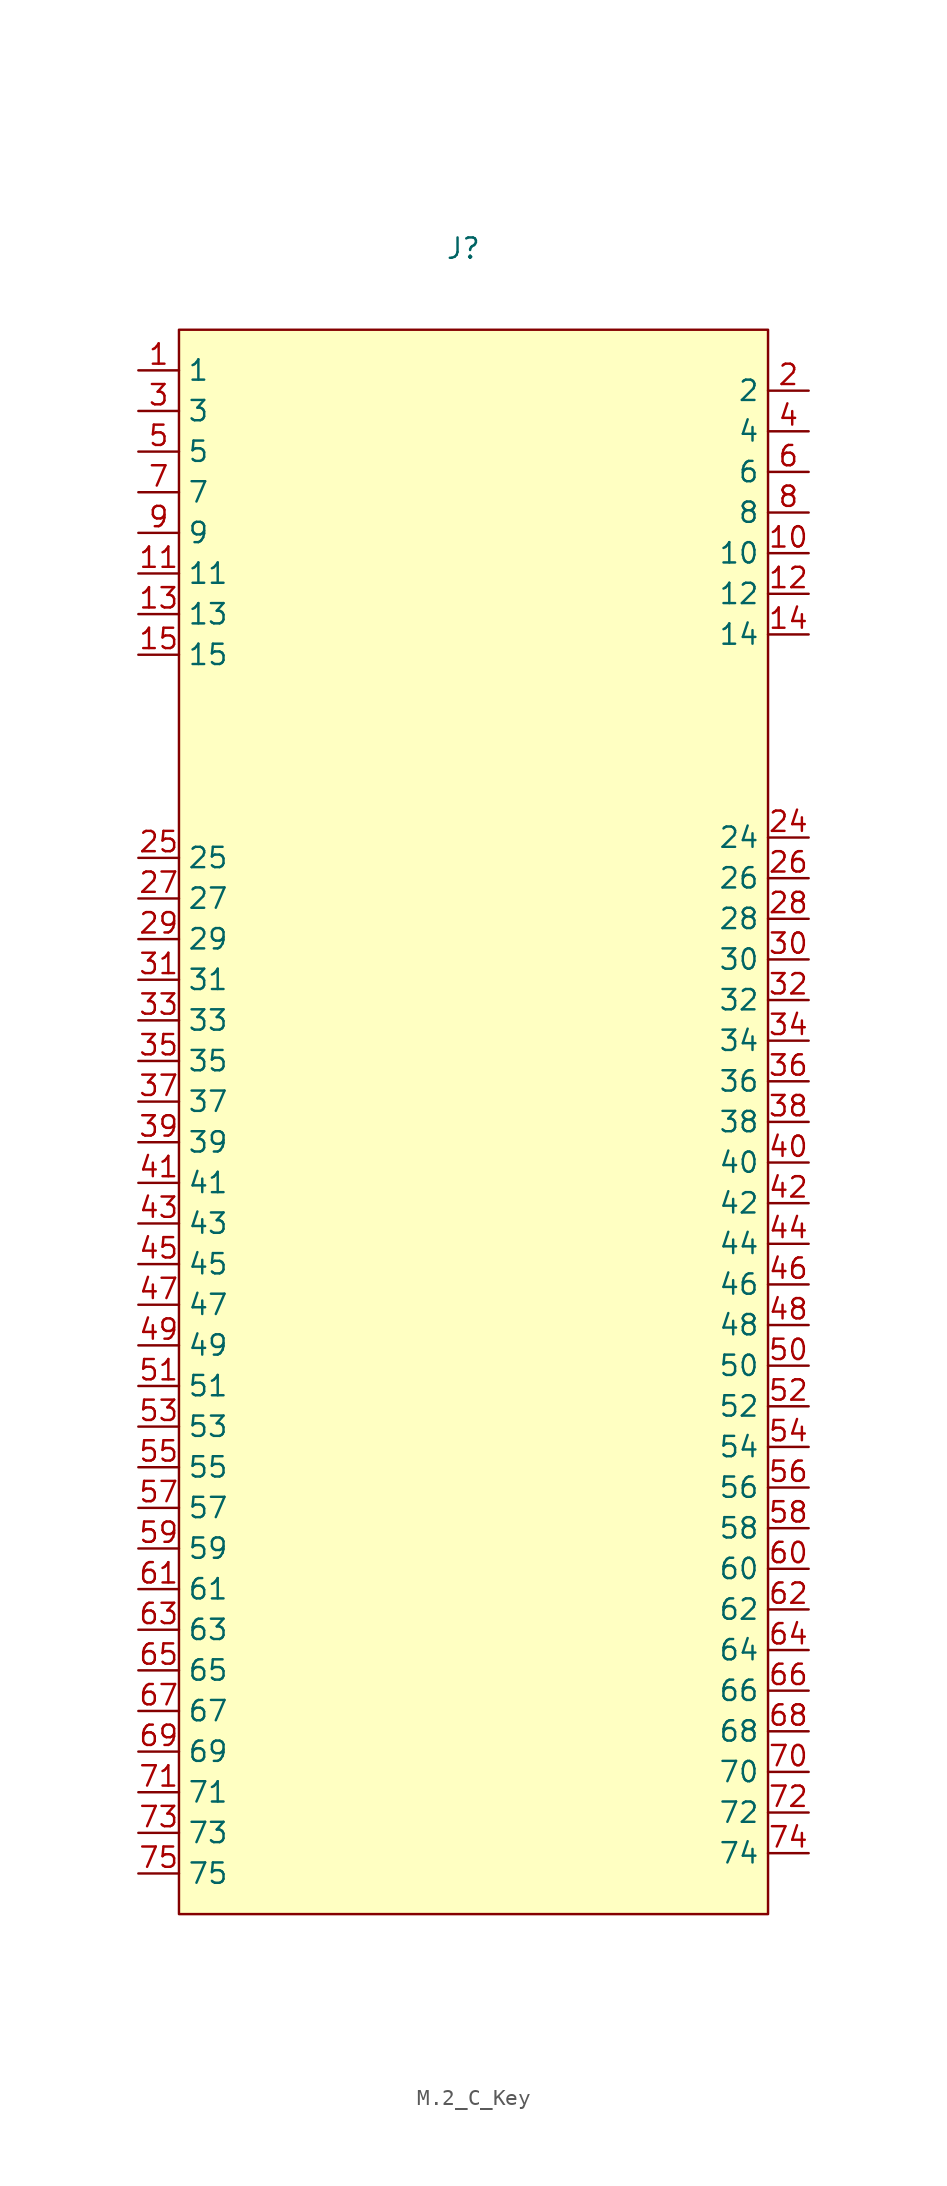
<source format=kicad_sym>
(kicad_symbol_lib
  (version 20241209)
  (generator "kicad_symbol_editor")
  (generator_version "9.0")
  (symbol "M.2_C_Key"
    (property "Reference" "J"
      (at 0 0 0)
      (effects (font (size 1.27 1.27))))
    (property "Value" ""
      (at 0 0 0)
      (effects (font (size 1.27 1.27))))
    (symbol "M.2_C_Key_0_1"
      (rectangle (start -17.78 -5.08) (end 19.05 -104.14) (stroke (width 0) (type default)) (fill (type background))))
    (symbol "M.2_C_Key_1_1"
      (pin unspecified line (at -20.32 -7.62 0) (length 2.54) (name "1" (effects (font (size 1.27 1.27)))) (number "1" (effects (font (size 1.27 1.27)))))
      (pin unspecified line (at -20.32 -10.16 0) (length 2.54) (name "3" (effects (font (size 1.27 1.27)))) (number "3" (effects (font (size 1.27 1.27)))))
      (pin unspecified line (at -20.32 -12.7 0) (length 2.54) (name "5" (effects (font (size 1.27 1.27)))) (number "5" (effects (font (size 1.27 1.27)))))
      (pin unspecified line (at -20.32 -15.24 0) (length 2.54) (name "7" (effects (font (size 1.27 1.27)))) (number "7" (effects (font (size 1.27 1.27)))))
      (pin unspecified line (at -20.32 -17.78 0) (length 2.54) (name "9" (effects (font (size 1.27 1.27)))) (number "9" (effects (font (size 1.27 1.27)))))
      (pin unspecified line (at -20.32 -20.32 0) (length 2.54) (name "11" (effects (font (size 1.27 1.27)))) (number "11" (effects (font (size 1.27 1.27)))))
      (pin unspecified line (at -20.32 -22.86 0) (length 2.54) (name "13" (effects (font (size 1.27 1.27)))) (number "13" (effects (font (size 1.27 1.27)))))
      (pin unspecified line (at -20.32 -25.4 0) (length 2.54) (name "15" (effects (font (size 1.27 1.27)))) (number "15" (effects (font (size 1.27 1.27)))))
      (pin unspecified line (at -20.32 -38.1 0) (length 2.54) (name "25" (effects (font (size 1.27 1.27)))) (number "25" (effects (font (size 1.27 1.27)))))
      (pin unspecified line (at -20.32 -40.64 0) (length 2.54) (name "27" (effects (font (size 1.27 1.27)))) (number "27" (effects (font (size 1.27 1.27)))))
      (pin unspecified line (at -20.32 -43.18 0) (length 2.54) (name "29" (effects (font (size 1.27 1.27)))) (number "29" (effects (font (size 1.27 1.27)))))
      (pin unspecified line (at -20.32 -45.72 0) (length 2.54) (name "31" (effects (font (size 1.27 1.27)))) (number "31" (effects (font (size 1.27 1.27)))))
      (pin unspecified line (at -20.32 -48.26 0) (length 2.54) (name "33" (effects (font (size 1.27 1.27)))) (number "33" (effects (font (size 1.27 1.27)))))
      (pin unspecified line (at -20.32 -50.8 0) (length 2.54) (name "35" (effects (font (size 1.27 1.27)))) (number "35" (effects (font (size 1.27 1.27)))))
      (pin unspecified line (at -20.32 -53.34 0) (length 2.54) (name "37" (effects (font (size 1.27 1.27)))) (number "37" (effects (font (size 1.27 1.27)))))
      (pin unspecified line (at -20.32 -55.88 0) (length 2.54) (name "39" (effects (font (size 1.27 1.27)))) (number "39" (effects (font (size 1.27 1.27)))))
      (pin unspecified line (at -20.32 -58.42 0) (length 2.54) (name "41" (effects (font (size 1.27 1.27)))) (number "41" (effects (font (size 1.27 1.27)))))
      (pin unspecified line (at -20.32 -60.96 0) (length 2.54) (name "43" (effects (font (size 1.27 1.27)))) (number "43" (effects (font (size 1.27 1.27)))))
      (pin unspecified line (at -20.32 -63.5 0) (length 2.54) (name "45" (effects (font (size 1.27 1.27)))) (number "45" (effects (font (size 1.27 1.27)))))
      (pin unspecified line (at -20.32 -66.04 0) (length 2.54) (name "47" (effects (font (size 1.27 1.27)))) (number "47" (effects (font (size 1.27 1.27)))))
      (pin unspecified line (at -20.32 -68.58 0) (length 2.54) (name "49" (effects (font (size 1.27 1.27)))) (number "49" (effects (font (size 1.27 1.27)))))
      (pin unspecified line (at -20.32 -71.12 0) (length 2.54) (name "51" (effects (font (size 1.27 1.27)))) (number "51" (effects (font (size 1.27 1.27)))))
      (pin unspecified line (at -20.32 -73.66 0) (length 2.54) (name "53" (effects (font (size 1.27 1.27)))) (number "53" (effects (font (size 1.27 1.27)))))
      (pin unspecified line (at -20.32 -76.2 0) (length 2.54) (name "55" (effects (font (size 1.27 1.27)))) (number "55" (effects (font (size 1.27 1.27)))))
      (pin unspecified line (at -20.32 -78.74 0) (length 2.54) (name "57" (effects (font (size 1.27 1.27)))) (number "57" (effects (font (size 1.27 1.27)))))
      (pin unspecified line (at -20.32 -81.28 0) (length 2.54) (name "59" (effects (font (size 1.27 1.27)))) (number "59" (effects (font (size 1.27 1.27)))))
      (pin unspecified line (at -20.32 -83.82 0) (length 2.54) (name "61" (effects (font (size 1.27 1.27)))) (number "61" (effects (font (size 1.27 1.27)))))
      (pin unspecified line (at -20.32 -86.36 0) (length 2.54) (name "63" (effects (font (size 1.27 1.27)))) (number "63" (effects (font (size 1.27 1.27)))))
      (pin unspecified line (at -20.32 -88.9 0) (length 2.54) (name "65" (effects (font (size 1.27 1.27)))) (number "65" (effects (font (size 1.27 1.27)))))
      (pin unspecified line (at -20.32 -91.44 0) (length 2.54) (name "67" (effects (font (size 1.27 1.27)))) (number "67" (effects (font (size 1.27 1.27)))))
      (pin unspecified line (at -20.32 -93.98 0) (length 2.54) (name "69" (effects (font (size 1.27 1.27)))) (number "69" (effects (font (size 1.27 1.27)))))
      (pin unspecified line (at -20.32 -96.52 0) (length 2.54) (name "71" (effects (font (size 1.27 1.27)))) (number "71" (effects (font (size 1.27 1.27)))))
      (pin unspecified line (at -20.32 -99.06 0) (length 2.54) (name "73" (effects (font (size 1.27 1.27)))) (number "73" (effects (font (size 1.27 1.27)))))
      (pin unspecified line (at -20.32 -101.6 0) (length 2.54) (name "75" (effects (font (size 1.27 1.27)))) (number "75" (effects (font (size 1.27 1.27)))))
      (pin unspecified line (at 21.59 -8.89 180) (length 2.54) (name "2" (effects (font (size 1.27 1.27)))) (number "2" (effects (font (size 1.27 1.27)))))
      (pin unspecified line (at 21.59 -11.43 180) (length 2.54) (name "4" (effects (font (size 1.27 1.27)))) (number "4" (effects (font (size 1.27 1.27)))))
      (pin unspecified line (at 21.59 -13.97 180) (length 2.54) (name "6" (effects (font (size 1.27 1.27)))) (number "6" (effects (font (size 1.27 1.27)))))
      (pin unspecified line (at 21.59 -16.51 180) (length 2.54) (name "8" (effects (font (size 1.27 1.27)))) (number "8" (effects (font (size 1.27 1.27)))))
      (pin unspecified line (at 21.59 -19.05 180) (length 2.54) (name "10" (effects (font (size 1.27 1.27)))) (number "10" (effects (font (size 1.27 1.27)))))
      (pin unspecified line (at 21.59 -21.59 180) (length 2.54) (name "12" (effects (font (size 1.27 1.27)))) (number "12" (effects (font (size 1.27 1.27)))))
      (pin unspecified line (at 21.59 -24.13 180) (length 2.54) (name "14" (effects (font (size 1.27 1.27)))) (number "14" (effects (font (size 1.27 1.27)))))
      (pin unspecified line (at 21.59 -36.83 180) (length 2.54) (name "24" (effects (font (size 1.27 1.27)))) (number "24" (effects (font (size 1.27 1.27)))))
      (pin unspecified line (at 21.59 -39.37 180) (length 2.54) (name "26" (effects (font (size 1.27 1.27)))) (number "26" (effects (font (size 1.27 1.27)))))
      (pin unspecified line (at 21.59 -41.91 180) (length 2.54) (name "28" (effects (font (size 1.27 1.27)))) (number "28" (effects (font (size 1.27 1.27)))))
      (pin unspecified line (at 21.59 -44.45 180) (length 2.54) (name "30" (effects (font (size 1.27 1.27)))) (number "30" (effects (font (size 1.27 1.27)))))
      (pin unspecified line (at 21.59 -46.99 180) (length 2.54) (name "32" (effects (font (size 1.27 1.27)))) (number "32" (effects (font (size 1.27 1.27)))))
      (pin unspecified line (at 21.59 -49.53 180) (length 2.54) (name "34" (effects (font (size 1.27 1.27)))) (number "34" (effects (font (size 1.27 1.27)))))
      (pin unspecified line (at 21.59 -52.07 180) (length 2.54) (name "36" (effects (font (size 1.27 1.27)))) (number "36" (effects (font (size 1.27 1.27)))))
      (pin unspecified line (at 21.59 -54.61 180) (length 2.54) (name "38" (effects (font (size 1.27 1.27)))) (number "38" (effects (font (size 1.27 1.27)))))
      (pin unspecified line (at 21.59 -57.15 180) (length 2.54) (name "40" (effects (font (size 1.27 1.27)))) (number "40" (effects (font (size 1.27 1.27)))))
      (pin unspecified line (at 21.59 -59.69 180) (length 2.54) (name "42" (effects (font (size 1.27 1.27)))) (number "42" (effects (font (size 1.27 1.27)))))
      (pin unspecified line (at 21.59 -62.23 180) (length 2.54) (name "44" (effects (font (size 1.27 1.27)))) (number "44" (effects (font (size 1.27 1.27)))))
      (pin unspecified line (at 21.59 -64.77 180) (length 2.54) (name "46" (effects (font (size 1.27 1.27)))) (number "46" (effects (font (size 1.27 1.27)))))
      (pin unspecified line (at 21.59 -67.31 180) (length 2.54) (name "48" (effects (font (size 1.27 1.27)))) (number "48" (effects (font (size 1.27 1.27)))))
      (pin unspecified line (at 21.59 -69.85 180) (length 2.54) (name "50" (effects (font (size 1.27 1.27)))) (number "50" (effects (font (size 1.27 1.27)))))
      (pin unspecified line (at 21.59 -72.39 180) (length 2.54) (name "52" (effects (font (size 1.27 1.27)))) (number "52" (effects (font (size 1.27 1.27)))))
      (pin unspecified line (at 21.59 -74.93 180) (length 2.54) (name "54" (effects (font (size 1.27 1.27)))) (number "54" (effects (font (size 1.27 1.27)))))
      (pin unspecified line (at 21.59 -77.47 180) (length 2.54) (name "56" (effects (font (size 1.27 1.27)))) (number "56" (effects (font (size 1.27 1.27)))))
      (pin unspecified line (at 21.59 -80.01 180) (length 2.54) (name "58" (effects (font (size 1.27 1.27)))) (number "58" (effects (font (size 1.27 1.27)))))
      (pin unspecified line (at 21.59 -82.55 180) (length 2.54) (name "60" (effects (font (size 1.27 1.27)))) (number "60" (effects (font (size 1.27 1.27)))))
      (pin unspecified line (at 21.59 -85.09 180) (length 2.54) (name "62" (effects (font (size 1.27 1.27)))) (number "62" (effects (font (size 1.27 1.27)))))
      (pin unspecified line (at 21.59 -87.63 180) (length 2.54) (name "64" (effects (font (size 1.27 1.27)))) (number "64" (effects (font (size 1.27 1.27)))))
      (pin unspecified line (at 21.59 -90.17 180) (length 2.54) (name "66" (effects (font (size 1.27 1.27)))) (number "66" (effects (font (size 1.27 1.27)))))
      (pin unspecified line (at 21.59 -92.71 180) (length 2.54) (name "68" (effects (font (size 1.27 1.27)))) (number "68" (effects (font (size 1.27 1.27)))))
      (pin unspecified line (at 21.59 -95.25 180) (length 2.54) (name "70" (effects (font (size 1.27 1.27)))) (number "70" (effects (font (size 1.27 1.27)))))
      (pin unspecified line (at 21.59 -97.79 180) (length 2.54) (name "72" (effects (font (size 1.27 1.27)))) (number "72" (effects (font (size 1.27 1.27)))))
      (pin unspecified line (at 21.59 -100.33 180) (length 2.54) (name "74" (effects (font (size 1.27 1.27)))) (number "74" (effects (font (size 1.27 1.27))))))))
</source>
